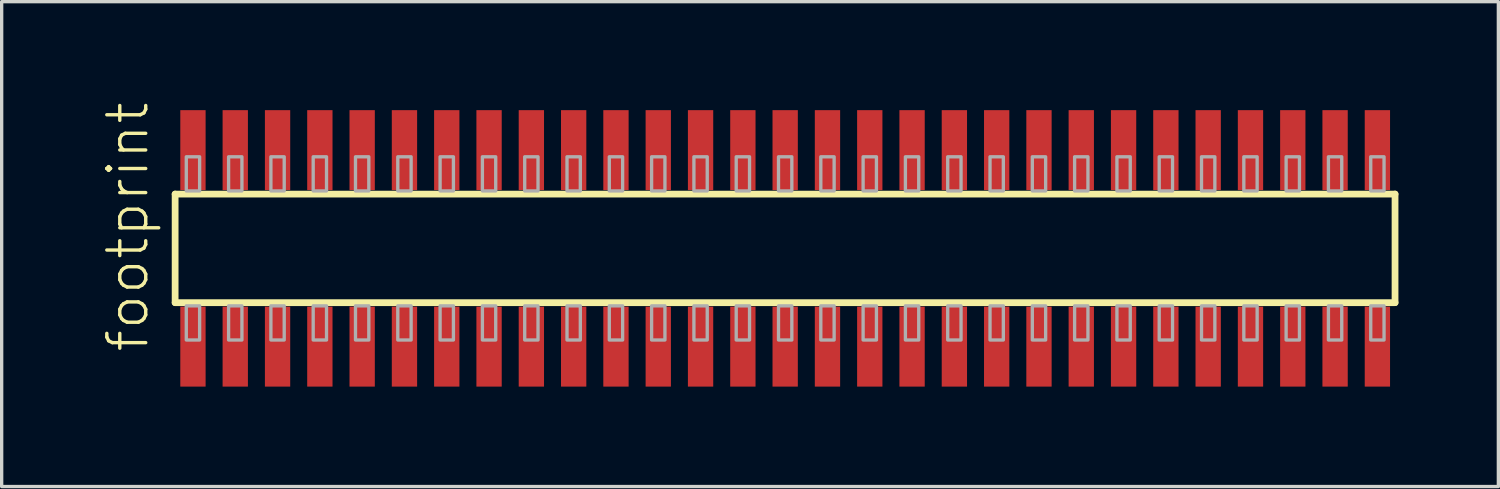
<source format=kicad_pcb>
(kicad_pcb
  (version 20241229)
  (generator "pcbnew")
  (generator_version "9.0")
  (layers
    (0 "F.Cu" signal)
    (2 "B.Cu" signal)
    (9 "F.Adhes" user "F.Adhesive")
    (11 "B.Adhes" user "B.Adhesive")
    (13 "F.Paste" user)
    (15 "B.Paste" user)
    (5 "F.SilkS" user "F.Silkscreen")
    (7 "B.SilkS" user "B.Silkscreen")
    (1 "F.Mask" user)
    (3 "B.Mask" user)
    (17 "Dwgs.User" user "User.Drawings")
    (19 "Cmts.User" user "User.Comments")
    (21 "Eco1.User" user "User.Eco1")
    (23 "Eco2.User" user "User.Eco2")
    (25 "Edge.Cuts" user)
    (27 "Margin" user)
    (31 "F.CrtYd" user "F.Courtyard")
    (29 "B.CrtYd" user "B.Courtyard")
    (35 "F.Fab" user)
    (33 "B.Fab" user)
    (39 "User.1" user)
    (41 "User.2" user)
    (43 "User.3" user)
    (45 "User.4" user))
  (footprint "footprint"
    (layer "F.Cu")
    (at 20.523 4.407)
    (property "Reference" "footprint" (at -19.05 3.175 90) (layer "F.SilkS") (effects (font (size 1.168 1.168) (thickness 0.102)) (justify left bottom)))
    (fp_line (start -18.315 -1.63) (end 18.31 -1.63) (stroke (width 0.203) (type solid)) (layer "F.SilkS"))
    (fp_line (start -18.315 1.63) (end -18.315 -1.63) (stroke (width 0.203) (type solid)) (layer "F.SilkS"))
    (fp_line (start 18.31 -1.63) (end 18.31 1.63) (stroke (width 0.203) (type solid)) (layer "F.SilkS"))
    (fp_line (start 18.31 1.63) (end -18.315 1.63) (stroke (width 0.203) (type solid)) (layer "F.SilkS"))
    (fp_poly (pts (xy -17.98 -1.725) (xy -17.58 -1.725) (xy -17.58 -2.75) (xy -17.98 -2.75)) (stroke (width 0.1) (type solid)) (fill no) (layer "F.Fab"))
    (fp_poly (pts (xy -17.58 1.725) (xy -17.98 1.725) (xy -17.98 2.75) (xy -17.58 2.75)) (stroke (width 0.1) (type solid)) (fill no) (layer "F.Fab"))
    (fp_poly (pts (xy -16.71 -1.725) (xy -16.31 -1.725) (xy -16.31 -2.75) (xy -16.71 -2.75)) (stroke (width 0.1) (type solid)) (fill no) (layer "F.Fab"))
    (fp_poly (pts (xy -16.31 1.725) (xy -16.71 1.725) (xy -16.71 2.75) (xy -16.31 2.75)) (stroke (width 0.1) (type solid)) (fill no) (layer "F.Fab"))
    (fp_poly (pts (xy -15.44 -1.725) (xy -15.04 -1.725) (xy -15.04 -2.75) (xy -15.44 -2.75)) (stroke (width 0.1) (type solid)) (fill no) (layer "F.Fab"))
    (fp_poly (pts (xy -15.04 1.725) (xy -15.44 1.725) (xy -15.44 2.75) (xy -15.04 2.75)) (stroke (width 0.1) (type solid)) (fill no) (layer "F.Fab"))
    (fp_poly (pts (xy -14.17 -1.725) (xy -13.77 -1.725) (xy -13.77 -2.75) (xy -14.17 -2.75)) (stroke (width 0.1) (type solid)) (fill no) (layer "F.Fab"))
    (fp_poly (pts (xy -13.77 1.725) (xy -14.17 1.725) (xy -14.17 2.75) (xy -13.77 2.75)) (stroke (width 0.1) (type solid)) (fill no) (layer "F.Fab"))
    (fp_poly (pts (xy -12.9 -1.725) (xy -12.5 -1.725) (xy -12.5 -2.75) (xy -12.9 -2.75)) (stroke (width 0.1) (type solid)) (fill no) (layer "F.Fab"))
    (fp_poly (pts (xy -12.5 1.725) (xy -12.9 1.725) (xy -12.9 2.75) (xy -12.5 2.75)) (stroke (width 0.1) (type solid)) (fill no) (layer "F.Fab"))
    (fp_poly (pts (xy -11.63 -1.725) (xy -11.23 -1.725) (xy -11.23 -2.75) (xy -11.63 -2.75)) (stroke (width 0.1) (type solid)) (fill no) (layer "F.Fab"))
    (fp_poly (pts (xy -11.23 1.725) (xy -11.63 1.725) (xy -11.63 2.75) (xy -11.23 2.75)) (stroke (width 0.1) (type solid)) (fill no) (layer "F.Fab"))
    (fp_poly (pts (xy -10.36 -1.725) (xy -9.96 -1.725) (xy -9.96 -2.75) (xy -10.36 -2.75)) (stroke (width 0.1) (type solid)) (fill no) (layer "F.Fab"))
    (fp_poly (pts (xy -9.96 1.725) (xy -10.36 1.725) (xy -10.36 2.75) (xy -9.96 2.75)) (stroke (width 0.1) (type solid)) (fill no) (layer "F.Fab"))
    (fp_poly (pts (xy -9.09 -1.725) (xy -8.69 -1.725) (xy -8.69 -2.75) (xy -9.09 -2.75)) (stroke (width 0.1) (type solid)) (fill no) (layer "F.Fab"))
    (fp_poly (pts (xy -8.69 1.725) (xy -9.09 1.725) (xy -9.09 2.75) (xy -8.69 2.75)) (stroke (width 0.1) (type solid)) (fill no) (layer "F.Fab"))
    (fp_poly (pts (xy -7.82 -1.725) (xy -7.42 -1.725) (xy -7.42 -2.75) (xy -7.82 -2.75)) (stroke (width 0.1) (type solid)) (fill no) (layer "F.Fab"))
    (fp_poly (pts (xy -7.42 1.725) (xy -7.82 1.725) (xy -7.82 2.75) (xy -7.42 2.75)) (stroke (width 0.1) (type solid)) (fill no) (layer "F.Fab"))
    (fp_poly (pts (xy -6.55 -1.725) (xy -6.15 -1.725) (xy -6.15 -2.75) (xy -6.55 -2.75)) (stroke (width 0.1) (type solid)) (fill no) (layer "F.Fab"))
    (fp_poly (pts (xy -6.15 1.725) (xy -6.55 1.725) (xy -6.55 2.75) (xy -6.15 2.75)) (stroke (width 0.1) (type solid)) (fill no) (layer "F.Fab"))
    (fp_poly (pts (xy -5.28 -1.725) (xy -4.88 -1.725) (xy -4.88 -2.75) (xy -5.28 -2.75)) (stroke (width 0.1) (type solid)) (fill no) (layer "F.Fab"))
    (fp_poly (pts (xy -4.88 1.725) (xy -5.28 1.725) (xy -5.28 2.75) (xy -4.88 2.75)) (stroke (width 0.1) (type solid)) (fill no) (layer "F.Fab"))
    (fp_poly (pts (xy -4.01 -1.725) (xy -3.61 -1.725) (xy -3.61 -2.75) (xy -4.01 -2.75)) (stroke (width 0.1) (type solid)) (fill no) (layer "F.Fab"))
    (fp_poly (pts (xy -3.61 1.725) (xy -4.01 1.725) (xy -4.01 2.75) (xy -3.61 2.75)) (stroke (width 0.1) (type solid)) (fill no) (layer "F.Fab"))
    (fp_poly (pts (xy -2.74 -1.725) (xy -2.34 -1.725) (xy -2.34 -2.75) (xy -2.74 -2.75)) (stroke (width 0.1) (type solid)) (fill no) (layer "F.Fab"))
    (fp_poly (pts (xy -2.34 1.725) (xy -2.74 1.725) (xy -2.74 2.75) (xy -2.34 2.75)) (stroke (width 0.1) (type solid)) (fill no) (layer "F.Fab"))
    (fp_poly (pts (xy -1.47 -1.725) (xy -1.07 -1.725) (xy -1.07 -2.75) (xy -1.47 -2.75)) (stroke (width 0.1) (type solid)) (fill no) (layer "F.Fab"))
    (fp_poly (pts (xy -1.07 1.725) (xy -1.47 1.725) (xy -1.47 2.75) (xy -1.07 2.75)) (stroke (width 0.1) (type solid)) (fill no) (layer "F.Fab"))
    (fp_poly (pts (xy -0.2 -1.725) (xy 0.2 -1.725) (xy 0.2 -2.75) (xy -0.2 -2.75)) (stroke (width 0.1) (type solid)) (fill no) (layer "F.Fab"))
    (fp_poly (pts (xy 0.2 1.725) (xy -0.2 1.725) (xy -0.2 2.75) (xy 0.2 2.75)) (stroke (width 0.1) (type solid)) (fill no) (layer "F.Fab"))
    (fp_poly (pts (xy 1.07 -1.725) (xy 1.47 -1.725) (xy 1.47 -2.75) (xy 1.07 -2.75)) (stroke (width 0.1) (type solid)) (fill no) (layer "F.Fab"))
    (fp_poly (pts (xy 1.47 1.725) (xy 1.07 1.725) (xy 1.07 2.75) (xy 1.47 2.75)) (stroke (width 0.1) (type solid)) (fill no) (layer "F.Fab"))
    (fp_poly (pts (xy 2.34 -1.725) (xy 2.74 -1.725) (xy 2.74 -2.75) (xy 2.34 -2.75)) (stroke (width 0.1) (type solid)) (fill no) (layer "F.Fab"))
    (fp_poly (pts (xy 2.74 1.725) (xy 2.34 1.725) (xy 2.34 2.75) (xy 2.74 2.75)) (stroke (width 0.1) (type solid)) (fill no) (layer "F.Fab"))
    (fp_poly (pts (xy 3.61 -1.725) (xy 4.01 -1.725) (xy 4.01 -2.75) (xy 3.61 -2.75)) (stroke (width 0.1) (type solid)) (fill no) (layer "F.Fab"))
    (fp_poly (pts (xy 4.01 1.725) (xy 3.61 1.725) (xy 3.61 2.75) (xy 4.01 2.75)) (stroke (width 0.1) (type solid)) (fill no) (layer "F.Fab"))
    (fp_poly (pts (xy 4.88 -1.725) (xy 5.28 -1.725) (xy 5.28 -2.75) (xy 4.88 -2.75)) (stroke (width 0.1) (type solid)) (fill no) (layer "F.Fab"))
    (fp_poly (pts (xy 5.28 1.725) (xy 4.88 1.725) (xy 4.88 2.75) (xy 5.28 2.75)) (stroke (width 0.1) (type solid)) (fill no) (layer "F.Fab"))
    (fp_poly (pts (xy 6.15 -1.725) (xy 6.55 -1.725) (xy 6.55 -2.75) (xy 6.15 -2.75)) (stroke (width 0.1) (type solid)) (fill no) (layer "F.Fab"))
    (fp_poly (pts (xy 6.55 1.725) (xy 6.15 1.725) (xy 6.15 2.75) (xy 6.55 2.75)) (stroke (width 0.1) (type solid)) (fill no) (layer "F.Fab"))
    (fp_poly (pts (xy 7.42 -1.725) (xy 7.82 -1.725) (xy 7.82 -2.75) (xy 7.42 -2.75)) (stroke (width 0.1) (type solid)) (fill no) (layer "F.Fab"))
    (fp_poly (pts (xy 7.82 1.725) (xy 7.42 1.725) (xy 7.42 2.75) (xy 7.82 2.75)) (stroke (width 0.1) (type solid)) (fill no) (layer "F.Fab"))
    (fp_poly (pts (xy 8.69 -1.725) (xy 9.09 -1.725) (xy 9.09 -2.75) (xy 8.69 -2.75)) (stroke (width 0.1) (type solid)) (fill no) (layer "F.Fab"))
    (fp_poly (pts (xy 9.09 1.725) (xy 8.69 1.725) (xy 8.69 2.75) (xy 9.09 2.75)) (stroke (width 0.1) (type solid)) (fill no) (layer "F.Fab"))
    (fp_poly (pts (xy 9.96 -1.725) (xy 10.36 -1.725) (xy 10.36 -2.75) (xy 9.96 -2.75)) (stroke (width 0.1) (type solid)) (fill no) (layer "F.Fab"))
    (fp_poly (pts (xy 10.36 1.725) (xy 9.96 1.725) (xy 9.96 2.75) (xy 10.36 2.75)) (stroke (width 0.1) (type solid)) (fill no) (layer "F.Fab"))
    (fp_poly (pts (xy 11.23 -1.725) (xy 11.63 -1.725) (xy 11.63 -2.75) (xy 11.23 -2.75)) (stroke (width 0.1) (type solid)) (fill no) (layer "F.Fab"))
    (fp_poly (pts (xy 11.63 1.725) (xy 11.23 1.725) (xy 11.23 2.75) (xy 11.63 2.75)) (stroke (width 0.1) (type solid)) (fill no) (layer "F.Fab"))
    (fp_poly (pts (xy 12.5 -1.725) (xy 12.9 -1.725) (xy 12.9 -2.75) (xy 12.5 -2.75)) (stroke (width 0.1) (type solid)) (fill no) (layer "F.Fab"))
    (fp_poly (pts (xy 12.9 1.725) (xy 12.5 1.725) (xy 12.5 2.75) (xy 12.9 2.75)) (stroke (width 0.1) (type solid)) (fill no) (layer "F.Fab"))
    (fp_poly (pts (xy 13.77 -1.725) (xy 14.17 -1.725) (xy 14.17 -2.75) (xy 13.77 -2.75)) (stroke (width 0.1) (type solid)) (fill no) (layer "F.Fab"))
    (fp_poly (pts (xy 14.17 1.725) (xy 13.77 1.725) (xy 13.77 2.75) (xy 14.17 2.75)) (stroke (width 0.1) (type solid)) (fill no) (layer "F.Fab"))
    (fp_poly (pts (xy 15.04 -1.725) (xy 15.44 -1.725) (xy 15.44 -2.75) (xy 15.04 -2.75)) (stroke (width 0.1) (type solid)) (fill no) (layer "F.Fab"))
    (fp_poly (pts (xy 15.44 1.725) (xy 15.04 1.725) (xy 15.04 2.75) (xy 15.44 2.75)) (stroke (width 0.1) (type solid)) (fill no) (layer "F.Fab"))
    (fp_poly (pts (xy 16.31 -1.725) (xy 16.71 -1.725) (xy 16.71 -2.75) (xy 16.31 -2.75)) (stroke (width 0.1) (type solid)) (fill no) (layer "F.Fab"))
    (fp_poly (pts (xy 16.71 1.725) (xy 16.31 1.725) (xy 16.31 2.75) (xy 16.71 2.75)) (stroke (width 0.1) (type solid)) (fill no) (layer "F.Fab"))
    (fp_poly (pts (xy 17.58 -1.725) (xy 17.98 -1.725) (xy 17.98 -2.75) (xy 17.58 -2.75)) (stroke (width 0.1) (type solid)) (fill no) (layer "F.Fab"))
    (fp_poly (pts (xy 17.98 1.725) (xy 17.58 1.725) (xy 17.58 2.75) (xy 17.98 2.75)) (stroke (width 0.1) (type solid)) (fill no) (layer "F.Fab"))
    (pad "1" smd rect (at -17.78 2.95) (size 0.76 2.4) (layers "F.Cu" "F.Mask" "F.Paste"))
    (pad "2" smd rect (at -17.78 -2.95) (size 0.76 2.4) (layers "F.Cu" "F.Mask" "F.Paste"))
    (pad "3" smd rect (at -16.51 2.95) (size 0.76 2.4) (layers "F.Cu" "F.Mask" "F.Paste"))
    (pad "4" smd rect (at -16.51 -2.95) (size 0.76 2.4) (layers "F.Cu" "F.Mask" "F.Paste"))
    (pad "5" smd rect (at -15.24 2.95) (size 0.76 2.4) (layers "F.Cu" "F.Mask" "F.Paste"))
    (pad "6" smd rect (at -15.24 -2.95) (size 0.76 2.4) (layers "F.Cu" "F.Mask" "F.Paste"))
    (pad "7" smd rect (at -13.97 2.95) (size 0.76 2.4) (layers "F.Cu" "F.Mask" "F.Paste"))
    (pad "8" smd rect (at -13.97 -2.95) (size 0.76 2.4) (layers "F.Cu" "F.Mask" "F.Paste"))
    (pad "9" smd rect (at -12.7 2.95) (size 0.76 2.4) (layers "F.Cu" "F.Mask" "F.Paste"))
    (pad "10" smd rect (at -12.7 -2.95) (size 0.76 2.4) (layers "F.Cu" "F.Mask" "F.Paste"))
    (pad "11" smd rect (at -11.43 2.95) (size 0.76 2.4) (layers "F.Cu" "F.Mask" "F.Paste"))
    (pad "12" smd rect (at -11.43 -2.95) (size 0.76 2.4) (layers "F.Cu" "F.Mask" "F.Paste"))
    (pad "13" smd rect (at -10.16 2.95) (size 0.76 2.4) (layers "F.Cu" "F.Mask" "F.Paste"))
    (pad "14" smd rect (at -10.16 -2.95) (size 0.76 2.4) (layers "F.Cu" "F.Mask" "F.Paste"))
    (pad "15" smd rect (at -8.89 2.95) (size 0.76 2.4) (layers "F.Cu" "F.Mask" "F.Paste"))
    (pad "16" smd rect (at -8.89 -2.95) (size 0.76 2.4) (layers "F.Cu" "F.Mask" "F.Paste"))
    (pad "17" smd rect (at -7.62 2.95) (size 0.76 2.4) (layers "F.Cu" "F.Mask" "F.Paste"))
    (pad "18" smd rect (at -7.62 -2.95) (size 0.76 2.4) (layers "F.Cu" "F.Mask" "F.Paste"))
    (pad "19" smd rect (at -6.35 2.95) (size 0.76 2.4) (layers "F.Cu" "F.Mask" "F.Paste"))
    (pad "20" smd rect (at -6.35 -2.95) (size 0.76 2.4) (layers "F.Cu" "F.Mask" "F.Paste"))
    (pad "21" smd rect (at -5.08 2.95) (size 0.76 2.4) (layers "F.Cu" "F.Mask" "F.Paste"))
    (pad "22" smd rect (at -5.08 -2.95) (size 0.76 2.4) (layers "F.Cu" "F.Mask" "F.Paste"))
    (pad "23" smd rect (at -3.81 2.95) (size 0.76 2.4) (layers "F.Cu" "F.Mask" "F.Paste"))
    (pad "24" smd rect (at -3.81 -2.95) (size 0.76 2.4) (layers "F.Cu" "F.Mask" "F.Paste"))
    (pad "25" smd rect (at -2.54 2.95) (size 0.76 2.4) (layers "F.Cu" "F.Mask" "F.Paste"))
    (pad "26" smd rect (at -2.54 -2.95) (size 0.76 2.4) (layers "F.Cu" "F.Mask" "F.Paste"))
    (pad "27" smd rect (at -1.27 2.95) (size 0.76 2.4) (layers "F.Cu" "F.Mask" "F.Paste"))
    (pad "28" smd rect (at -1.27 -2.95) (size 0.76 2.4) (layers "F.Cu" "F.Mask" "F.Paste"))
    (pad "29" smd rect (at 0 2.95) (size 0.76 2.4) (layers "F.Cu" "F.Mask" "F.Paste"))
    (pad "30" smd rect (at 0 -2.95) (size 0.76 2.4) (layers "F.Cu" "F.Mask" "F.Paste"))
    (pad "31" smd rect (at 1.27 2.95) (size 0.76 2.4) (layers "F.Cu" "F.Mask" "F.Paste"))
    (pad "32" smd rect (at 1.27 -2.95) (size 0.76 2.4) (layers "F.Cu" "F.Mask" "F.Paste"))
    (pad "33" smd rect (at 2.54 2.95) (size 0.76 2.4) (layers "F.Cu" "F.Mask" "F.Paste"))
    (pad "34" smd rect (at 2.54 -2.95) (size 0.76 2.4) (layers "F.Cu" "F.Mask" "F.Paste"))
    (pad "35" smd rect (at 3.81 2.95) (size 0.76 2.4) (layers "F.Cu" "F.Mask" "F.Paste"))
    (pad "36" smd rect (at 3.81 -2.95) (size 0.76 2.4) (layers "F.Cu" "F.Mask" "F.Paste"))
    (pad "37" smd rect (at 5.08 2.95) (size 0.76 2.4) (layers "F.Cu" "F.Mask" "F.Paste"))
    (pad "38" smd rect (at 5.08 -2.95) (size 0.76 2.4) (layers "F.Cu" "F.Mask" "F.Paste"))
    (pad "39" smd rect (at 6.35 2.95) (size 0.76 2.4) (layers "F.Cu" "F.Mask" "F.Paste"))
    (pad "40" smd rect (at 6.35 -2.95) (size 0.76 2.4) (layers "F.Cu" "F.Mask" "F.Paste"))
    (pad "41" smd rect (at 7.62 2.95) (size 0.76 2.4) (layers "F.Cu" "F.Mask" "F.Paste"))
    (pad "42" smd rect (at 7.62 -2.95) (size 0.76 2.4) (layers "F.Cu" "F.Mask" "F.Paste"))
    (pad "43" smd rect (at 8.89 2.95) (size 0.76 2.4) (layers "F.Cu" "F.Mask" "F.Paste"))
    (pad "44" smd rect (at 8.89 -2.95) (size 0.76 2.4) (layers "F.Cu" "F.Mask" "F.Paste"))
    (pad "45" smd rect (at 10.16 2.95) (size 0.76 2.4) (layers "F.Cu" "F.Mask" "F.Paste"))
    (pad "46" smd rect (at 10.16 -2.95) (size 0.76 2.4) (layers "F.Cu" "F.Mask" "F.Paste"))
    (pad "47" smd rect (at 11.43 2.95) (size 0.76 2.4) (layers "F.Cu" "F.Mask" "F.Paste"))
    (pad "48" smd rect (at 11.43 -2.95) (size 0.76 2.4) (layers "F.Cu" "F.Mask" "F.Paste"))
    (pad "49" smd rect (at 12.7 2.95) (size 0.76 2.4) (layers "F.Cu" "F.Mask" "F.Paste"))
    (pad "50" smd rect (at 12.7 -2.95) (size 0.76 2.4) (layers "F.Cu" "F.Mask" "F.Paste"))
    (pad "51" smd rect (at 13.97 2.95) (size 0.76 2.4) (layers "F.Cu" "F.Mask" "F.Paste"))
    (pad "52" smd rect (at 13.97 -2.95) (size 0.76 2.4) (layers "F.Cu" "F.Mask" "F.Paste"))
    (pad "53" smd rect (at 15.24 2.95) (size 0.76 2.4) (layers "F.Cu" "F.Mask" "F.Paste"))
    (pad "54" smd rect (at 15.24 -2.95) (size 0.76 2.4) (layers "F.Cu" "F.Mask" "F.Paste"))
    (pad "55" smd rect (at 16.51 2.95) (size 0.76 2.4) (layers "F.Cu" "F.Mask" "F.Paste"))
    (pad "56" smd rect (at 16.51 -2.95) (size 0.76 2.4) (layers "F.Cu" "F.Mask" "F.Paste"))
    (pad "57" smd rect (at 17.78 2.95) (size 0.76 2.4) (layers "F.Cu" "F.Mask" "F.Paste"))
    (pad "58" smd rect (at 17.78 -2.95) (size 0.76 2.4) (layers "F.Cu" "F.Mask" "F.Paste")))
  (gr_rect
    (start -3 -3)
    (end 41.935 11.557)
    (stroke (width 0.1) (type default))
    (fill no)
    (layer "Edge.Cuts")))
</source>
